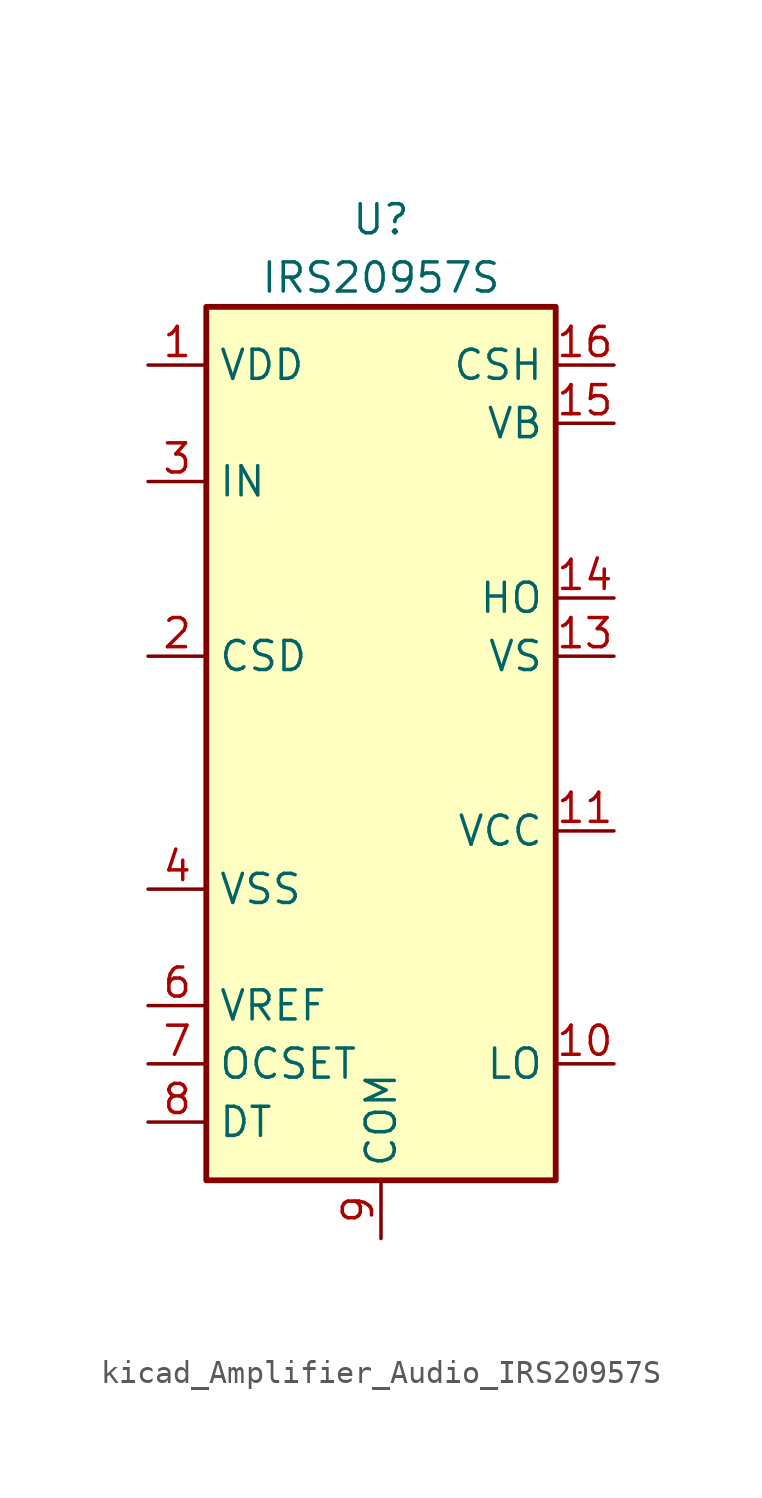
<source format=kicad_sym>
(kicad_symbol_lib
  (version 20220914)
  (generator kicad_symbol_editor)
  (symbol "kicad_Amplifier_Audio_IRS20957S"
    (property "Reference" "U"
      (at 0 24.13 0)
      (effects (font (size 1.27 1.27))))
    (property "Value" "IRS20957S"
      (at 0 21.59 0)
      (effects (font (size 1.27 1.27))))
    (symbol "kicad_Amplifier_Audio_IRS20957S_0_1"
      (rectangle (start -7.62 -17.78) (end 7.62 20.32) (stroke (width 0.254) (type default)) (fill (type background))))
    (symbol "kicad_Amplifier_Audio_IRS20957S_1_1"
      (pin power_in line (at -10.16 17.78 0) (length 2.54) (name "VDD" (effects (font (size 1.27 1.27)))) (number "1" (effects (font (size 1.27 1.27)))))
      (pin output line (at 10.16 -12.7 180) (length 2.54) (name "LO" (effects (font (size 1.27 1.27)))) (number "10" (effects (font (size 1.27 1.27)))))
      (pin power_in line (at 10.16 -2.54 180) (length 2.54) (name "VCC" (effects (font (size 1.27 1.27)))) (number "11" (effects (font (size 1.27 1.27)))))
      (pin no_connect line (at 7.62 0 180) (length 2.54) hide (name "NC" (effects (font (size 1.27 1.27)))) (number "12" (effects (font (size 1.27 1.27)))))
      (pin passive line (at 10.16 5.08 180) (length 2.54) (name "VS" (effects (font (size 1.27 1.27)))) (number "13" (effects (font (size 1.27 1.27)))))
      (pin output line (at 10.16 7.62 180) (length 2.54) (name "HO" (effects (font (size 1.27 1.27)))) (number "14" (effects (font (size 1.27 1.27)))))
      (pin power_in line (at 10.16 15.24 180) (length 2.54) (name "VB" (effects (font (size 1.27 1.27)))) (number "15" (effects (font (size 1.27 1.27)))))
      (pin passive line (at 10.16 17.78 180) (length 2.54) (name "CSH" (effects (font (size 1.27 1.27)))) (number "16" (effects (font (size 1.27 1.27)))))
      (pin passive line (at -10.16 5.08 0) (length 2.54) (name "CSD" (effects (font (size 1.27 1.27)))) (number "2" (effects (font (size 1.27 1.27)))))
      (pin input line (at -10.16 12.7 0) (length 2.54) (name "IN" (effects (font (size 1.27 1.27)))) (number "3" (effects (font (size 1.27 1.27)))))
      (pin power_in line (at -10.16 -5.08 0) (length 2.54) (name "VSS" (effects (font (size 1.27 1.27)))) (number "4" (effects (font (size 1.27 1.27)))))
      (pin no_connect line (at -7.62 0 0) (length 2.54) hide (name "NC" (effects (font (size 1.27 1.27)))) (number "5" (effects (font (size 1.27 1.27)))))
      (pin power_out line (at -10.16 -10.16 0) (length 2.54) (name "VREF" (effects (font (size 1.27 1.27)))) (number "6" (effects (font (size 1.27 1.27)))))
      (pin passive line (at -10.16 -12.7 0) (length 2.54) (name "OCSET" (effects (font (size 1.27 1.27)))) (number "7" (effects (font (size 1.27 1.27)))))
      (pin passive line (at -10.16 -15.24 0) (length 2.54) (name "DT" (effects (font (size 1.27 1.27)))) (number "8" (effects (font (size 1.27 1.27)))))
      (pin power_in line (at 0 -20.32 90) (length 2.54) (name "COM" (effects (font (size 1.27 1.27)))) (number "9" (effects (font (size 1.27 1.27))))))))
</source>
